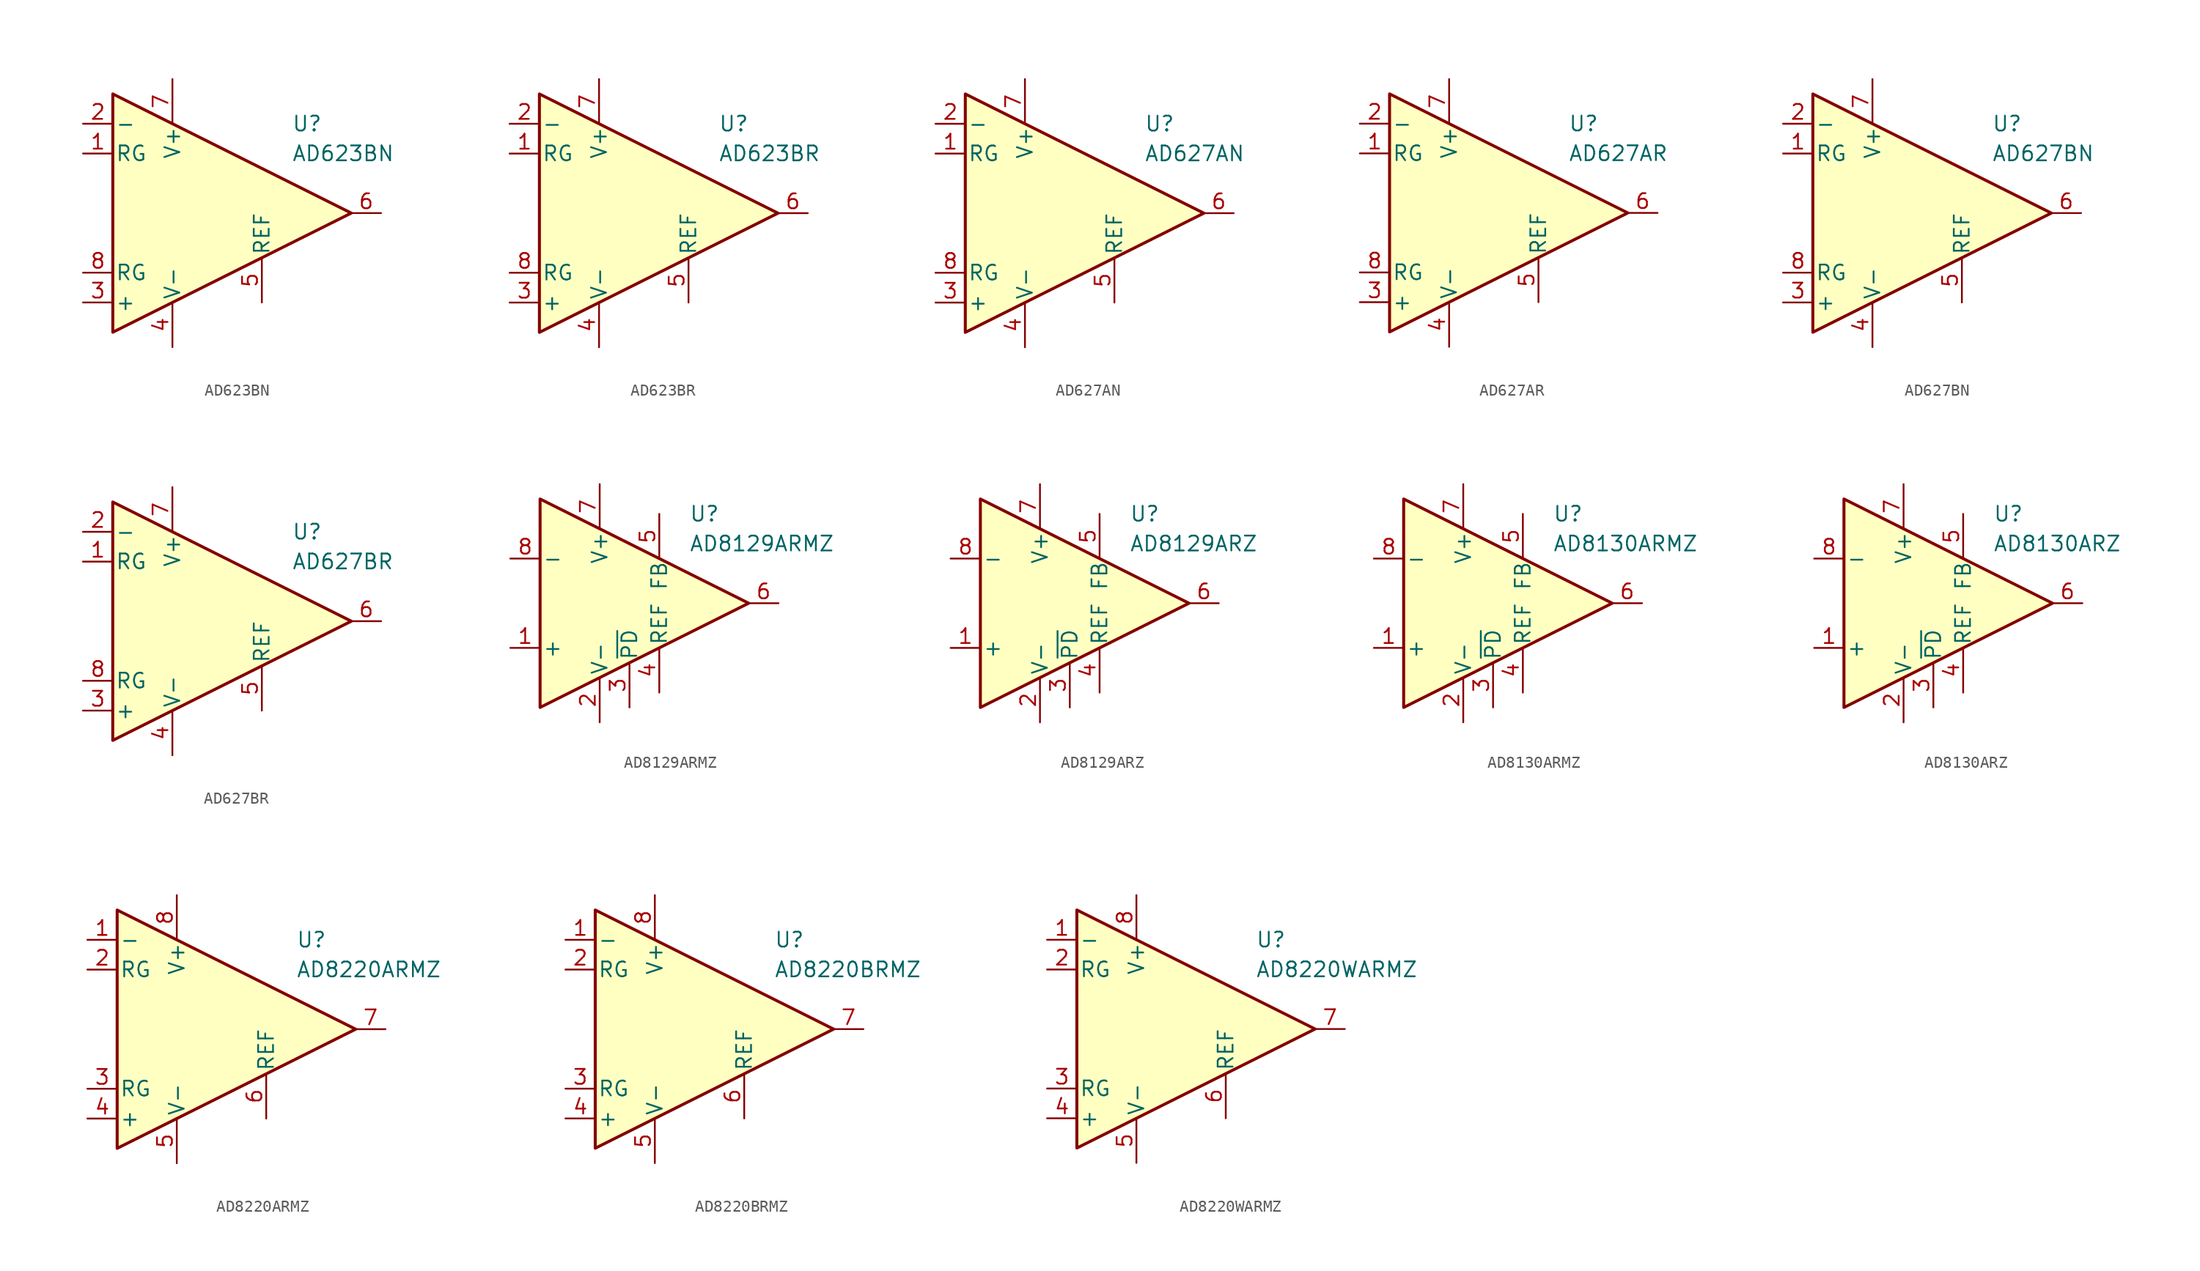
<source format=kicad_sym>
(kicad_symbol_lib
  (version 20211014)
  (generator kicad_symbol_editor)
  (symbol "AD623BN"
    (pin_names
      (offset 0.2))
    (property "Reference" "U"
      (at 6.35 7.62 0)
      (effects (font (size 1.27 1.27)) (justify left)))
    (property "Value" "AD623BN"
      (at 6.35 5.08 0)
      (effects (font (size 1.27 1.27)) (justify left)))
    (symbol "AD623BN_0_1"
      (polyline (pts (xy -8.89 10.16) (xy -8.89 -10.16) (xy 11.43 0) (xy -8.89 10.16)) (stroke (width 0.254) (type default) (color 0 0 0 0)) (fill (type background))))
    (symbol "AD623BN_1_1"
      (pin passive line (at -11.43 5.08 0) (length 2.54) (name "RG" (effects (font (size 1.27 1.27)))) (number "1" (effects (font (size 1.27 1.27)))))
      (pin input line (at -11.43 7.62 0) (length 2.54) (name "-" (effects (font (size 1.27 1.27)))) (number "2" (effects (font (size 1.27 1.27)))))
      (pin input line (at -11.43 -7.62 0) (length 2.54) (name "+" (effects (font (size 1.27 1.27)))) (number "3" (effects (font (size 1.27 1.27)))))
      (pin power_in line (at -3.81 -11.43 90) (length 3.81) (name "V-" (effects (font (size 1.27 1.27)))) (number "4" (effects (font (size 1.27 1.27)))))
      (pin input line (at 3.81 -7.62 90) (length 3.81) (name "REF" (effects (font (size 1.27 1.27)))) (number "5" (effects (font (size 1.27 1.27)))))
      (pin output line (at 13.97 0 180) (length 2.54) (name "~" (effects (font (size 1.27 1.27)))) (number "6" (effects (font (size 1.27 1.27)))))
      (pin power_in line (at -3.81 11.43 270) (length 3.81) (name "V+" (effects (font (size 1.27 1.27)))) (number "7" (effects (font (size 1.27 1.27)))))
      (pin passive line (at -11.43 -5.08 0) (length 2.54) (name "RG" (effects (font (size 1.27 1.27)))) (number "8" (effects (font (size 1.27 1.27)))))))
  (symbol "AD623BR"
    (pin_names
      (offset 0.2))
    (property "Reference" "U"
      (at 6.35 7.62 0)
      (effects (font (size 1.27 1.27)) (justify left)))
    (property "Value" "AD623BR"
      (at 6.35 5.08 0)
      (effects (font (size 1.27 1.27)) (justify left)))
    (symbol "AD623BR_0_1"
      (polyline (pts (xy -8.89 10.16) (xy -8.89 -10.16) (xy 11.43 0) (xy -8.89 10.16)) (stroke (width 0.254) (type default) (color 0 0 0 0)) (fill (type background))))
    (symbol "AD623BR_1_1"
      (pin passive line (at -11.43 5.08 0) (length 2.54) (name "RG" (effects (font (size 1.27 1.27)))) (number "1" (effects (font (size 1.27 1.27)))))
      (pin input line (at -11.43 7.62 0) (length 2.54) (name "-" (effects (font (size 1.27 1.27)))) (number "2" (effects (font (size 1.27 1.27)))))
      (pin input line (at -11.43 -7.62 0) (length 2.54) (name "+" (effects (font (size 1.27 1.27)))) (number "3" (effects (font (size 1.27 1.27)))))
      (pin power_in line (at -3.81 -11.43 90) (length 3.81) (name "V-" (effects (font (size 1.27 1.27)))) (number "4" (effects (font (size 1.27 1.27)))))
      (pin input line (at 3.81 -7.62 90) (length 3.81) (name "REF" (effects (font (size 1.27 1.27)))) (number "5" (effects (font (size 1.27 1.27)))))
      (pin output line (at 13.97 0 180) (length 2.54) (name "~" (effects (font (size 1.27 1.27)))) (number "6" (effects (font (size 1.27 1.27)))))
      (pin power_in line (at -3.81 11.43 270) (length 3.81) (name "V+" (effects (font (size 1.27 1.27)))) (number "7" (effects (font (size 1.27 1.27)))))
      (pin passive line (at -11.43 -5.08 0) (length 2.54) (name "RG" (effects (font (size 1.27 1.27)))) (number "8" (effects (font (size 1.27 1.27)))))))
  (symbol "AD627AN"
    (pin_names
      (offset 0.2))
    (property "Reference" "U"
      (at 6.35 7.62 0)
      (effects (font (size 1.27 1.27)) (justify left)))
    (property "Value" "AD627AN"
      (at 6.35 5.08 0)
      (effects (font (size 1.27 1.27)) (justify left)))
    (symbol "AD627AN_0_1"
      (polyline (pts (xy -8.89 10.16) (xy -8.89 -10.16) (xy 11.43 0) (xy -8.89 10.16)) (stroke (width 0.254) (type default) (color 0 0 0 0)) (fill (type background))))
    (symbol "AD627AN_1_1"
      (pin passive line (at -11.43 5.08 0) (length 2.54) (name "RG" (effects (font (size 1.27 1.27)))) (number "1" (effects (font (size 1.27 1.27)))))
      (pin input line (at -11.43 7.62 0) (length 2.54) (name "-" (effects (font (size 1.27 1.27)))) (number "2" (effects (font (size 1.27 1.27)))))
      (pin input line (at -11.43 -7.62 0) (length 2.54) (name "+" (effects (font (size 1.27 1.27)))) (number "3" (effects (font (size 1.27 1.27)))))
      (pin power_in line (at -3.81 -11.43 90) (length 3.81) (name "V-" (effects (font (size 1.27 1.27)))) (number "4" (effects (font (size 1.27 1.27)))))
      (pin input line (at 3.81 -7.62 90) (length 3.81) (name "REF" (effects (font (size 1.27 1.27)))) (number "5" (effects (font (size 1.27 1.27)))))
      (pin output line (at 13.97 0 180) (length 2.54) (name "~" (effects (font (size 1.27 1.27)))) (number "6" (effects (font (size 1.27 1.27)))))
      (pin power_in line (at -3.81 11.43 270) (length 3.81) (name "V+" (effects (font (size 1.27 1.27)))) (number "7" (effects (font (size 1.27 1.27)))))
      (pin passive line (at -11.43 -5.08 0) (length 2.54) (name "RG" (effects (font (size 1.27 1.27)))) (number "8" (effects (font (size 1.27 1.27)))))))
  (symbol "AD627AR"
    (pin_names
      (offset 0.2))
    (property "Reference" "U"
      (at 6.35 7.62 0)
      (effects (font (size 1.27 1.27)) (justify left)))
    (property "Value" "AD627AR"
      (at 6.35 5.08 0)
      (effects (font (size 1.27 1.27)) (justify left)))
    (symbol "AD627AR_0_1"
      (polyline (pts (xy -8.89 10.16) (xy -8.89 -10.16) (xy 11.43 0) (xy -8.89 10.16)) (stroke (width 0.254) (type default) (color 0 0 0 0)) (fill (type background))))
    (symbol "AD627AR_1_1"
      (pin passive line (at -11.43 5.08 0) (length 2.54) (name "RG" (effects (font (size 1.27 1.27)))) (number "1" (effects (font (size 1.27 1.27)))))
      (pin input line (at -11.43 7.62 0) (length 2.54) (name "-" (effects (font (size 1.27 1.27)))) (number "2" (effects (font (size 1.27 1.27)))))
      (pin input line (at -11.43 -7.62 0) (length 2.54) (name "+" (effects (font (size 1.27 1.27)))) (number "3" (effects (font (size 1.27 1.27)))))
      (pin power_in line (at -3.81 -11.43 90) (length 3.81) (name "V-" (effects (font (size 1.27 1.27)))) (number "4" (effects (font (size 1.27 1.27)))))
      (pin input line (at 3.81 -7.62 90) (length 3.81) (name "REF" (effects (font (size 1.27 1.27)))) (number "5" (effects (font (size 1.27 1.27)))))
      (pin output line (at 13.97 0 180) (length 2.54) (name "~" (effects (font (size 1.27 1.27)))) (number "6" (effects (font (size 1.27 1.27)))))
      (pin power_in line (at -3.81 11.43 270) (length 3.81) (name "V+" (effects (font (size 1.27 1.27)))) (number "7" (effects (font (size 1.27 1.27)))))
      (pin passive line (at -11.43 -5.08 0) (length 2.54) (name "RG" (effects (font (size 1.27 1.27)))) (number "8" (effects (font (size 1.27 1.27)))))))
  (symbol "AD627BN"
    (pin_names
      (offset 0.2))
    (property "Reference" "U"
      (at 6.35 7.62 0)
      (effects (font (size 1.27 1.27)) (justify left)))
    (property "Value" "AD627BN"
      (at 6.35 5.08 0)
      (effects (font (size 1.27 1.27)) (justify left)))
    (symbol "AD627BN_0_1"
      (polyline (pts (xy -8.89 10.16) (xy -8.89 -10.16) (xy 11.43 0) (xy -8.89 10.16)) (stroke (width 0.254) (type default) (color 0 0 0 0)) (fill (type background))))
    (symbol "AD627BN_1_1"
      (pin passive line (at -11.43 5.08 0) (length 2.54) (name "RG" (effects (font (size 1.27 1.27)))) (number "1" (effects (font (size 1.27 1.27)))))
      (pin input line (at -11.43 7.62 0) (length 2.54) (name "-" (effects (font (size 1.27 1.27)))) (number "2" (effects (font (size 1.27 1.27)))))
      (pin input line (at -11.43 -7.62 0) (length 2.54) (name "+" (effects (font (size 1.27 1.27)))) (number "3" (effects (font (size 1.27 1.27)))))
      (pin power_in line (at -3.81 -11.43 90) (length 3.81) (name "V-" (effects (font (size 1.27 1.27)))) (number "4" (effects (font (size 1.27 1.27)))))
      (pin input line (at 3.81 -7.62 90) (length 3.81) (name "REF" (effects (font (size 1.27 1.27)))) (number "5" (effects (font (size 1.27 1.27)))))
      (pin output line (at 13.97 0 180) (length 2.54) (name "~" (effects (font (size 1.27 1.27)))) (number "6" (effects (font (size 1.27 1.27)))))
      (pin power_in line (at -3.81 11.43 270) (length 3.81) (name "V+" (effects (font (size 1.27 1.27)))) (number "7" (effects (font (size 1.27 1.27)))))
      (pin passive line (at -11.43 -5.08 0) (length 2.54) (name "RG" (effects (font (size 1.27 1.27)))) (number "8" (effects (font (size 1.27 1.27)))))))
  (symbol "AD627BR"
    (pin_names
      (offset 0.2))
    (property "Reference" "U"
      (at 6.35 7.62 0)
      (effects (font (size 1.27 1.27)) (justify left)))
    (property "Value" "AD627BR"
      (at 6.35 5.08 0)
      (effects (font (size 1.27 1.27)) (justify left)))
    (symbol "AD627BR_0_1"
      (polyline (pts (xy -8.89 10.16) (xy -8.89 -10.16) (xy 11.43 0) (xy -8.89 10.16)) (stroke (width 0.254) (type default) (color 0 0 0 0)) (fill (type background))))
    (symbol "AD627BR_1_1"
      (pin passive line (at -11.43 5.08 0) (length 2.54) (name "RG" (effects (font (size 1.27 1.27)))) (number "1" (effects (font (size 1.27 1.27)))))
      (pin input line (at -11.43 7.62 0) (length 2.54) (name "-" (effects (font (size 1.27 1.27)))) (number "2" (effects (font (size 1.27 1.27)))))
      (pin input line (at -11.43 -7.62 0) (length 2.54) (name "+" (effects (font (size 1.27 1.27)))) (number "3" (effects (font (size 1.27 1.27)))))
      (pin power_in line (at -3.81 -11.43 90) (length 3.81) (name "V-" (effects (font (size 1.27 1.27)))) (number "4" (effects (font (size 1.27 1.27)))))
      (pin input line (at 3.81 -7.62 90) (length 3.81) (name "REF" (effects (font (size 1.27 1.27)))) (number "5" (effects (font (size 1.27 1.27)))))
      (pin output line (at 13.97 0 180) (length 2.54) (name "~" (effects (font (size 1.27 1.27)))) (number "6" (effects (font (size 1.27 1.27)))))
      (pin power_in line (at -3.81 11.43 270) (length 3.81) (name "V+" (effects (font (size 1.27 1.27)))) (number "7" (effects (font (size 1.27 1.27)))))
      (pin passive line (at -11.43 -5.08 0) (length 2.54) (name "RG" (effects (font (size 1.27 1.27)))) (number "8" (effects (font (size 1.27 1.27)))))))
  (symbol "AD8129ARMZ"
    (pin_names
      (offset 0.2))
    (property "Reference" "U"
      (at 6.35 7.62 0)
      (effects (font (size 1.27 1.27)) (justify left)))
    (property "Value" "AD8129ARMZ"
      (at 6.35 5.08 0)
      (effects (font (size 1.27 1.27)) (justify left)))
    (symbol "AD8129ARMZ_0_1"
      (polyline (pts (xy -6.35 8.89) (xy -6.35 -8.89) (xy 11.43 0) (xy -6.35 8.89)) (stroke (width 0.254) (type default) (color 0 0 0 0)) (fill (type background))))
    (symbol "AD8129ARMZ_1_1"
      (pin input line (at -8.89 -3.81 0) (length 2.54) (name "+" (effects (font (size 1.27 1.27)))) (number "1" (effects (font (size 1.27 1.27)))))
      (pin power_in line (at -1.27 -10.16 90) (length 3.81) (name "V-" (effects (font (size 1.27 1.27)))) (number "2" (effects (font (size 1.27 1.27)))))
      (pin input line (at 1.27 -8.89 90) (length 3.81) (name "~{PD}" (effects (font (size 1.27 1.27)))) (number "3" (effects (font (size 1.27 1.27)))))
      (pin input line (at 3.81 -7.62 90) (length 3.81) (name "REF" (effects (font (size 1.27 1.27)))) (number "4" (effects (font (size 1.27 1.27)))))
      (pin input line (at 3.81 7.62 270) (length 3.81) (name "FB" (effects (font (size 1.27 1.27)))) (number "5" (effects (font (size 1.27 1.27)))))
      (pin output line (at 13.97 0 180) (length 2.54) (name "~" (effects (font (size 1.27 1.27)))) (number "6" (effects (font (size 1.27 1.27)))))
      (pin power_in line (at -1.27 10.16 270) (length 3.81) (name "V+" (effects (font (size 1.27 1.27)))) (number "7" (effects (font (size 1.27 1.27)))))
      (pin input line (at -8.89 3.81 0) (length 2.54) (name "-" (effects (font (size 1.27 1.27)))) (number "8" (effects (font (size 1.27 1.27)))))))
  (symbol "AD8129ARZ"
    (pin_names
      (offset 0.2))
    (property "Reference" "U"
      (at 6.35 7.62 0)
      (effects (font (size 1.27 1.27)) (justify left)))
    (property "Value" "AD8129ARZ"
      (at 6.35 5.08 0)
      (effects (font (size 1.27 1.27)) (justify left)))
    (symbol "AD8129ARZ_0_1"
      (polyline (pts (xy -6.35 8.89) (xy -6.35 -8.89) (xy 11.43 0) (xy -6.35 8.89)) (stroke (width 0.254) (type default) (color 0 0 0 0)) (fill (type background))))
    (symbol "AD8129ARZ_1_1"
      (pin input line (at -8.89 -3.81 0) (length 2.54) (name "+" (effects (font (size 1.27 1.27)))) (number "1" (effects (font (size 1.27 1.27)))))
      (pin power_in line (at -1.27 -10.16 90) (length 3.81) (name "V-" (effects (font (size 1.27 1.27)))) (number "2" (effects (font (size 1.27 1.27)))))
      (pin input line (at 1.27 -8.89 90) (length 3.81) (name "~{PD}" (effects (font (size 1.27 1.27)))) (number "3" (effects (font (size 1.27 1.27)))))
      (pin input line (at 3.81 -7.62 90) (length 3.81) (name "REF" (effects (font (size 1.27 1.27)))) (number "4" (effects (font (size 1.27 1.27)))))
      (pin input line (at 3.81 7.62 270) (length 3.81) (name "FB" (effects (font (size 1.27 1.27)))) (number "5" (effects (font (size 1.27 1.27)))))
      (pin output line (at 13.97 0 180) (length 2.54) (name "~" (effects (font (size 1.27 1.27)))) (number "6" (effects (font (size 1.27 1.27)))))
      (pin power_in line (at -1.27 10.16 270) (length 3.81) (name "V+" (effects (font (size 1.27 1.27)))) (number "7" (effects (font (size 1.27 1.27)))))
      (pin input line (at -8.89 3.81 0) (length 2.54) (name "-" (effects (font (size 1.27 1.27)))) (number "8" (effects (font (size 1.27 1.27)))))))
  (symbol "AD8130ARMZ"
    (pin_names
      (offset 0.2))
    (property "Reference" "U"
      (at 6.35 7.62 0)
      (effects (font (size 1.27 1.27)) (justify left)))
    (property "Value" "AD8130ARMZ"
      (at 6.35 5.08 0)
      (effects (font (size 1.27 1.27)) (justify left)))
    (symbol "AD8130ARMZ_0_1"
      (polyline (pts (xy -6.35 8.89) (xy -6.35 -8.89) (xy 11.43 0) (xy -6.35 8.89)) (stroke (width 0.254) (type default) (color 0 0 0 0)) (fill (type background))))
    (symbol "AD8130ARMZ_1_1"
      (pin input line (at -8.89 -3.81 0) (length 2.54) (name "+" (effects (font (size 1.27 1.27)))) (number "1" (effects (font (size 1.27 1.27)))))
      (pin power_in line (at -1.27 -10.16 90) (length 3.81) (name "V-" (effects (font (size 1.27 1.27)))) (number "2" (effects (font (size 1.27 1.27)))))
      (pin input line (at 1.27 -8.89 90) (length 3.81) (name "~{PD}" (effects (font (size 1.27 1.27)))) (number "3" (effects (font (size 1.27 1.27)))))
      (pin input line (at 3.81 -7.62 90) (length 3.81) (name "REF" (effects (font (size 1.27 1.27)))) (number "4" (effects (font (size 1.27 1.27)))))
      (pin input line (at 3.81 7.62 270) (length 3.81) (name "FB" (effects (font (size 1.27 1.27)))) (number "5" (effects (font (size 1.27 1.27)))))
      (pin output line (at 13.97 0 180) (length 2.54) (name "~" (effects (font (size 1.27 1.27)))) (number "6" (effects (font (size 1.27 1.27)))))
      (pin power_in line (at -1.27 10.16 270) (length 3.81) (name "V+" (effects (font (size 1.27 1.27)))) (number "7" (effects (font (size 1.27 1.27)))))
      (pin input line (at -8.89 3.81 0) (length 2.54) (name "-" (effects (font (size 1.27 1.27)))) (number "8" (effects (font (size 1.27 1.27)))))))
  (symbol "AD8130ARZ"
    (pin_names
      (offset 0.2))
    (property "Reference" "U"
      (at 6.35 7.62 0)
      (effects (font (size 1.27 1.27)) (justify left)))
    (property "Value" "AD8130ARZ"
      (at 6.35 5.08 0)
      (effects (font (size 1.27 1.27)) (justify left)))
    (symbol "AD8130ARZ_0_1"
      (polyline (pts (xy -6.35 8.89) (xy -6.35 -8.89) (xy 11.43 0) (xy -6.35 8.89)) (stroke (width 0.254) (type default) (color 0 0 0 0)) (fill (type background))))
    (symbol "AD8130ARZ_1_1"
      (pin input line (at -8.89 -3.81 0) (length 2.54) (name "+" (effects (font (size 1.27 1.27)))) (number "1" (effects (font (size 1.27 1.27)))))
      (pin power_in line (at -1.27 -10.16 90) (length 3.81) (name "V-" (effects (font (size 1.27 1.27)))) (number "2" (effects (font (size 1.27 1.27)))))
      (pin input line (at 1.27 -8.89 90) (length 3.81) (name "~{PD}" (effects (font (size 1.27 1.27)))) (number "3" (effects (font (size 1.27 1.27)))))
      (pin input line (at 3.81 -7.62 90) (length 3.81) (name "REF" (effects (font (size 1.27 1.27)))) (number "4" (effects (font (size 1.27 1.27)))))
      (pin input line (at 3.81 7.62 270) (length 3.81) (name "FB" (effects (font (size 1.27 1.27)))) (number "5" (effects (font (size 1.27 1.27)))))
      (pin output line (at 13.97 0 180) (length 2.54) (name "~" (effects (font (size 1.27 1.27)))) (number "6" (effects (font (size 1.27 1.27)))))
      (pin power_in line (at -1.27 10.16 270) (length 3.81) (name "V+" (effects (font (size 1.27 1.27)))) (number "7" (effects (font (size 1.27 1.27)))))
      (pin input line (at -8.89 3.81 0) (length 2.54) (name "-" (effects (font (size 1.27 1.27)))) (number "8" (effects (font (size 1.27 1.27)))))))
  (symbol "AD8220ARMZ"
    (pin_names
      (offset 0.2))
    (property "Reference" "U"
      (at 6.35 7.62 0)
      (effects (font (size 1.27 1.27)) (justify left)))
    (property "Value" "AD8220ARMZ"
      (at 6.35 5.08 0)
      (effects (font (size 1.27 1.27)) (justify left)))
    (symbol "AD8220ARMZ_0_1"
      (polyline (pts (xy -8.89 10.16) (xy -8.89 -10.16) (xy 11.43 0) (xy -8.89 10.16)) (stroke (width 0.254) (type default) (color 0 0 0 0)) (fill (type background))))
    (symbol "AD8220ARMZ_1_1"
      (pin input line (at -11.43 7.62 0) (length 2.54) (name "-" (effects (font (size 1.27 1.27)))) (number "1" (effects (font (size 1.27 1.27)))))
      (pin passive line (at -11.43 5.08 0) (length 2.54) (name "RG" (effects (font (size 1.27 1.27)))) (number "2" (effects (font (size 1.27 1.27)))))
      (pin passive line (at -11.43 -5.08 0) (length 2.54) (name "RG" (effects (font (size 1.27 1.27)))) (number "3" (effects (font (size 1.27 1.27)))))
      (pin input line (at -11.43 -7.62 0) (length 2.54) (name "+" (effects (font (size 1.27 1.27)))) (number "4" (effects (font (size 1.27 1.27)))))
      (pin power_in line (at -3.81 -11.43 90) (length 3.81) (name "V-" (effects (font (size 1.27 1.27)))) (number "5" (effects (font (size 1.27 1.27)))))
      (pin input line (at 3.81 -7.62 90) (length 3.81) (name "REF" (effects (font (size 1.27 1.27)))) (number "6" (effects (font (size 1.27 1.27)))))
      (pin output line (at 13.97 0 180) (length 2.54) (name "~" (effects (font (size 1.27 1.27)))) (number "7" (effects (font (size 1.27 1.27)))))
      (pin power_in line (at -3.81 11.43 270) (length 3.81) (name "V+" (effects (font (size 1.27 1.27)))) (number "8" (effects (font (size 1.27 1.27)))))))
  (symbol "AD8220BRMZ"
    (pin_names
      (offset 0.2))
    (property "Reference" "U"
      (at 6.35 7.62 0)
      (effects (font (size 1.27 1.27)) (justify left)))
    (property "Value" "AD8220BRMZ"
      (at 6.35 5.08 0)
      (effects (font (size 1.27 1.27)) (justify left)))
    (symbol "AD8220BRMZ_0_1"
      (polyline (pts (xy -8.89 10.16) (xy -8.89 -10.16) (xy 11.43 0) (xy -8.89 10.16)) (stroke (width 0.254) (type default) (color 0 0 0 0)) (fill (type background))))
    (symbol "AD8220BRMZ_1_1"
      (pin input line (at -11.43 7.62 0) (length 2.54) (name "-" (effects (font (size 1.27 1.27)))) (number "1" (effects (font (size 1.27 1.27)))))
      (pin passive line (at -11.43 5.08 0) (length 2.54) (name "RG" (effects (font (size 1.27 1.27)))) (number "2" (effects (font (size 1.27 1.27)))))
      (pin passive line (at -11.43 -5.08 0) (length 2.54) (name "RG" (effects (font (size 1.27 1.27)))) (number "3" (effects (font (size 1.27 1.27)))))
      (pin input line (at -11.43 -7.62 0) (length 2.54) (name "+" (effects (font (size 1.27 1.27)))) (number "4" (effects (font (size 1.27 1.27)))))
      (pin power_in line (at -3.81 -11.43 90) (length 3.81) (name "V-" (effects (font (size 1.27 1.27)))) (number "5" (effects (font (size 1.27 1.27)))))
      (pin input line (at 3.81 -7.62 90) (length 3.81) (name "REF" (effects (font (size 1.27 1.27)))) (number "6" (effects (font (size 1.27 1.27)))))
      (pin output line (at 13.97 0 180) (length 2.54) (name "~" (effects (font (size 1.27 1.27)))) (number "7" (effects (font (size 1.27 1.27)))))
      (pin power_in line (at -3.81 11.43 270) (length 3.81) (name "V+" (effects (font (size 1.27 1.27)))) (number "8" (effects (font (size 1.27 1.27)))))))
  (symbol "AD8220WARMZ"
    (pin_names
      (offset 0.2))
    (property "Reference" "U"
      (at 6.35 7.62 0)
      (effects (font (size 1.27 1.27)) (justify left)))
    (property "Value" "AD8220WARMZ"
      (at 6.35 5.08 0)
      (effects (font (size 1.27 1.27)) (justify left)))
    (symbol "AD8220WARMZ_0_1"
      (polyline (pts (xy -8.89 10.16) (xy -8.89 -10.16) (xy 11.43 0) (xy -8.89 10.16)) (stroke (width 0.254) (type default) (color 0 0 0 0)) (fill (type background))))
    (symbol "AD8220WARMZ_1_1"
      (pin input line (at -11.43 7.62 0) (length 2.54) (name "-" (effects (font (size 1.27 1.27)))) (number "1" (effects (font (size 1.27 1.27)))))
      (pin passive line (at -11.43 5.08 0) (length 2.54) (name "RG" (effects (font (size 1.27 1.27)))) (number "2" (effects (font (size 1.27 1.27)))))
      (pin passive line (at -11.43 -5.08 0) (length 2.54) (name "RG" (effects (font (size 1.27 1.27)))) (number "3" (effects (font (size 1.27 1.27)))))
      (pin input line (at -11.43 -7.62 0) (length 2.54) (name "+" (effects (font (size 1.27 1.27)))) (number "4" (effects (font (size 1.27 1.27)))))
      (pin power_in line (at -3.81 -11.43 90) (length 3.81) (name "V-" (effects (font (size 1.27 1.27)))) (number "5" (effects (font (size 1.27 1.27)))))
      (pin input line (at 3.81 -7.62 90) (length 3.81) (name "REF" (effects (font (size 1.27 1.27)))) (number "6" (effects (font (size 1.27 1.27)))))
      (pin output line (at 13.97 0 180) (length 2.54) (name "~" (effects (font (size 1.27 1.27)))) (number "7" (effects (font (size 1.27 1.27)))))
      (pin power_in line (at -3.81 11.43 270) (length 3.81) (name "V+" (effects (font (size 1.27 1.27)))) (number "8" (effects (font (size 1.27 1.27))))))))
</source>
